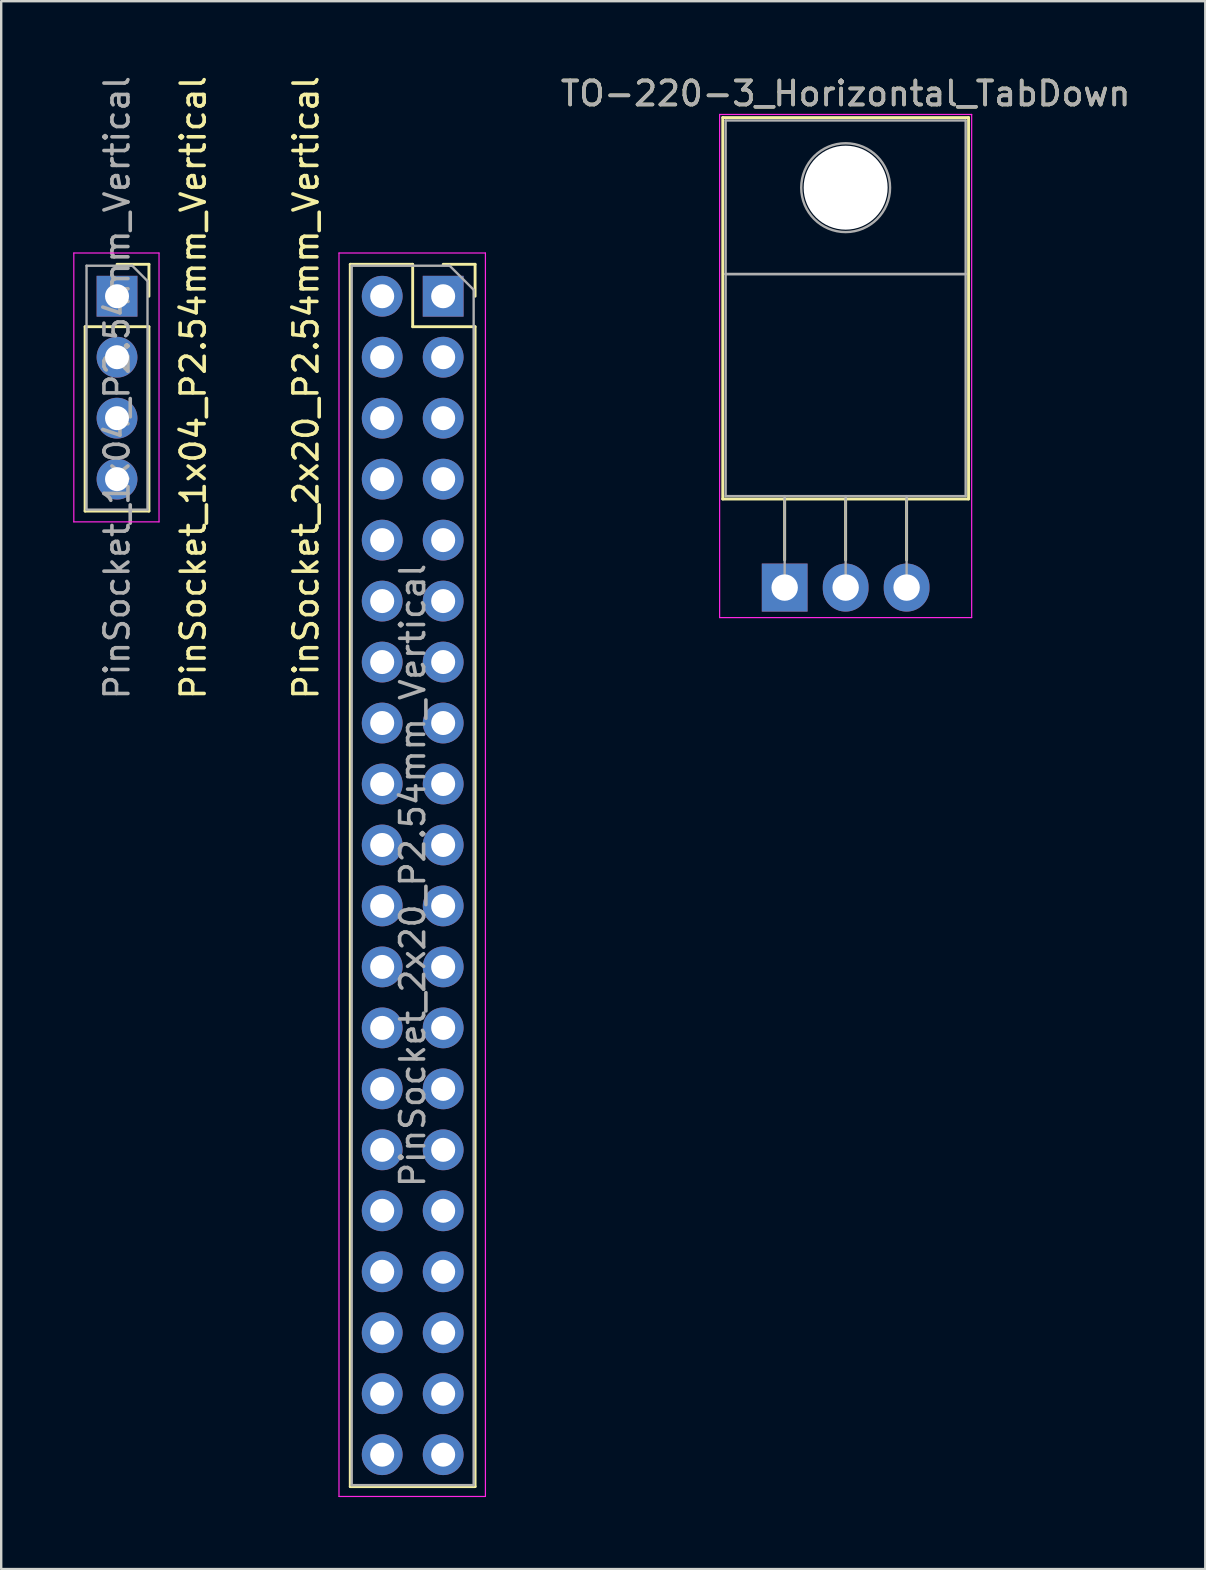
<source format=kicad_pcb>
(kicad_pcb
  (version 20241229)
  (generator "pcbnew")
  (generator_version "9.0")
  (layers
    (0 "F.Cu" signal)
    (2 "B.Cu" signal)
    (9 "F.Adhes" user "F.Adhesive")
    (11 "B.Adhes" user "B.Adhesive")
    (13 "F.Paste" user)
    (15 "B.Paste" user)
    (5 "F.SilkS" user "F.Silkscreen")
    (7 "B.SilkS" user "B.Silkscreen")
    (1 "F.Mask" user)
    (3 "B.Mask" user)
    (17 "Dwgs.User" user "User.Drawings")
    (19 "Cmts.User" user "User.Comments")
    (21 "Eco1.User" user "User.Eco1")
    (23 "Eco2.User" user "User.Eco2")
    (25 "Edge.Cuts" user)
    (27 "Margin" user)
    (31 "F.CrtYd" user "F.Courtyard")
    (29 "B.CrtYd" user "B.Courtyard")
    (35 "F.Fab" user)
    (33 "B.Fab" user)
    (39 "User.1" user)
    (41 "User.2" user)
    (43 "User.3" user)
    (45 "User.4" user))
  (footprint "TO-220-3_Horizontal_TabDown"
    (layer "F.Cu")
    (at 29.639 21.428)
    (property "Reference" "TO-220-3_Horizontal_TabDown" (at 2.54 -20.58 0) (layer "F.SilkS") (effects (font (size 1 1) (thickness 0.15))))
    (attr through_hole)
    (fp_line (start -2.58 -19.58) (end -2.58 -3.69) (stroke (width 0.12) (type solid)) (layer "F.SilkS"))
    (fp_line (start -2.58 -19.58) (end 7.66 -19.58) (stroke (width 0.12) (type solid)) (layer "F.SilkS"))
    (fp_line (start -2.58 -3.69) (end 7.66 -3.69) (stroke (width 0.12) (type solid)) (layer "F.SilkS"))
    (fp_line (start 0 -3.69) (end 0 -1.15) (stroke (width 0.12) (type solid)) (layer "F.SilkS"))
    (fp_line (start 2.54 -3.69) (end 2.54 -1.15) (stroke (width 0.12) (type solid)) (layer "F.SilkS"))
    (fp_line (start 5.08 -3.69) (end 5.08 -1.15) (stroke (width 0.12) (type solid)) (layer "F.SilkS"))
    (fp_line (start 7.66 -19.58) (end 7.66 -3.69) (stroke (width 0.12) (type solid)) (layer "F.SilkS"))
    (fp_line (start -2.71 -19.71) (end -2.71 1.25) (stroke (width 0.05) (type solid)) (layer "F.CrtYd"))
    (fp_line (start -2.71 1.25) (end 7.79 1.25) (stroke (width 0.05) (type solid)) (layer "F.CrtYd"))
    (fp_line (start 7.79 -19.71) (end -2.71 -19.71) (stroke (width 0.05) (type solid)) (layer "F.CrtYd"))
    (fp_line (start 7.79 1.25) (end 7.79 -19.71) (stroke (width 0.05) (type solid)) (layer "F.CrtYd"))
    (fp_line (start -2.46 -19.46) (end 7.54 -19.46) (stroke (width 0.1) (type solid)) (layer "F.Fab"))
    (fp_line (start -2.46 -13.06) (end -2.46 -19.46) (stroke (width 0.1) (type solid)) (layer "F.Fab"))
    (fp_line (start -2.46 -13.06) (end 7.54 -13.06) (stroke (width 0.1) (type solid)) (layer "F.Fab"))
    (fp_line (start -2.46 -3.81) (end -2.46 -13.06) (stroke (width 0.1) (type solid)) (layer "F.Fab"))
    (fp_line (start 0 -3.81) (end 0 0) (stroke (width 0.1) (type solid)) (layer "F.Fab"))
    (fp_line (start 2.54 -3.81) (end 2.54 0) (stroke (width 0.1) (type solid)) (layer "F.Fab"))
    (fp_line (start 5.08 -3.81) (end 5.08 0) (stroke (width 0.1) (type solid)) (layer "F.Fab"))
    (fp_line (start 7.54 -19.46) (end 7.54 -13.06) (stroke (width 0.1) (type solid)) (layer "F.Fab"))
    (fp_line (start 7.54 -13.06) (end -2.46 -13.06) (stroke (width 0.1) (type solid)) (layer "F.Fab"))
    (fp_line (start 7.54 -13.06) (end 7.54 -3.81) (stroke (width 0.1) (type solid)) (layer "F.Fab"))
    (fp_line (start 7.54 -3.81) (end -2.46 -3.81) (stroke (width 0.1) (type solid)) (layer "F.Fab"))
    (fp_circle (center 2.54 -16.66) (end 4.39 -16.66) (stroke (width 0.1) (type solid)) (fill no) (layer "F.Fab"))
    (fp_text user "${REFERENCE}" (at 2.54 -20.58 0) (layer "F.Fab") (effects (font (size 1 1) (thickness 0.15))))
    (pad "" np_thru_hole oval (at 2.54 -16.66) (size 3.5 3.5) (drill 3.5) (layers "*.Cu" "*.Mask"))
    (pad "1" thru_hole rect (at 0 0) (size 1.905 2) (drill 1.1) (layers "*.Cu" "*.Mask"))
    (pad "2" thru_hole oval (at 2.54 0) (size 1.905 2) (drill 1.1) (layers "*.Cu" "*.Mask"))
    (pad "3" thru_hole oval (at 5.08 0) (size 1.905 2) (drill 1.1) (layers "*.Cu" "*.Mask")))
  (footprint "PinSocket_1x04_P2.54mm_Vertical"
    (layer "F.Cu")
    (at 1.825 9.291)
    (property "Reference" "PinSocket_1x04_P2.54mm_Vertical" (at 3.175 3.81 270) (layer "F.SilkS") (effects (font (size 1 1) (thickness 0.15))))
    (attr through_hole)
    (fp_line (start -1.33 1.27) (end -1.33 8.95) (stroke (width 0.12) (type solid)) (layer "F.SilkS"))
    (fp_line (start -1.33 1.27) (end 1.33 1.27) (stroke (width 0.12) (type solid)) (layer "F.SilkS"))
    (fp_line (start -1.33 8.95) (end 1.33 8.95) (stroke (width 0.12) (type solid)) (layer "F.SilkS"))
    (fp_line (start 0 -1.33) (end 1.33 -1.33) (stroke (width 0.12) (type solid)) (layer "F.SilkS"))
    (fp_line (start 1.33 -1.33) (end 1.33 0) (stroke (width 0.12) (type solid)) (layer "F.SilkS"))
    (fp_line (start 1.33 1.27) (end 1.33 8.95) (stroke (width 0.12) (type solid)) (layer "F.SilkS"))
    (fp_line (start -1.8 -1.8) (end 1.75 -1.8) (stroke (width 0.05) (type solid)) (layer "F.CrtYd"))
    (fp_line (start -1.8 9.4) (end -1.8 -1.8) (stroke (width 0.05) (type solid)) (layer "F.CrtYd"))
    (fp_line (start 1.75 -1.8) (end 1.75 9.4) (stroke (width 0.05) (type solid)) (layer "F.CrtYd"))
    (fp_line (start 1.75 9.4) (end -1.8 9.4) (stroke (width 0.05) (type solid)) (layer "F.CrtYd"))
    (fp_line (start -1.27 -1.27) (end 0.635 -1.27) (stroke (width 0.1) (type solid)) (layer "F.Fab"))
    (fp_line (start -1.27 8.89) (end -1.27 -1.27) (stroke (width 0.1) (type solid)) (layer "F.Fab"))
    (fp_line (start 0.635 -1.27) (end 1.27 -0.635) (stroke (width 0.1) (type solid)) (layer "F.Fab"))
    (fp_line (start 1.27 -0.635) (end 1.27 8.89) (stroke (width 0.1) (type solid)) (layer "F.Fab"))
    (fp_line (start 1.27 8.89) (end -1.27 8.89) (stroke (width 0.1) (type solid)) (layer "F.Fab"))
    (fp_text user "${REFERENCE}" (at 0 3.81 270) (layer "F.Fab") (effects (font (size 1 1) (thickness 0.15))))
    (pad "1" thru_hole rect (at 0 0) (size 1.7 1.7) (drill 1) (layers "*.Cu" "*.Mask"))
    (pad "2" thru_hole oval (at 0 2.54) (size 1.7 1.7) (drill 1) (layers "*.Cu" "*.Mask"))
    (pad "3" thru_hole oval (at 0 5.08) (size 1.7 1.7) (drill 1) (layers "*.Cu" "*.Mask"))
    (pad "4" thru_hole oval (at 0 7.62) (size 1.7 1.7) (drill 1) (layers "*.Cu" "*.Mask")))
  (footprint "PinSocket_2x20_P2.54mm_Vertical"
    (layer "F.Cu")
    (at 15.412 9.291)
    (property "Reference" "PinSocket_2x20_P2.54mm_Vertical" (at -5.715 3.81 270) (layer "F.SilkS") (effects (font (size 1 1) (thickness 0.15))))
    (attr through_hole)
    (fp_line (start -3.87 -1.33) (end -3.87 49.59) (stroke (width 0.12) (type solid)) (layer "F.SilkS"))
    (fp_line (start -3.87 -1.33) (end -1.27 -1.33) (stroke (width 0.12) (type solid)) (layer "F.SilkS"))
    (fp_line (start -3.87 49.59) (end 1.33 49.59) (stroke (width 0.12) (type solid)) (layer "F.SilkS"))
    (fp_line (start -1.27 -1.33) (end -1.27 1.27) (stroke (width 0.12) (type solid)) (layer "F.SilkS"))
    (fp_line (start -1.27 1.27) (end 1.33 1.27) (stroke (width 0.12) (type solid)) (layer "F.SilkS"))
    (fp_line (start 0 -1.33) (end 1.33 -1.33) (stroke (width 0.12) (type solid)) (layer "F.SilkS"))
    (fp_line (start 1.33 -1.33) (end 1.33 0) (stroke (width 0.12) (type solid)) (layer "F.SilkS"))
    (fp_line (start 1.33 1.27) (end 1.33 49.59) (stroke (width 0.12) (type solid)) (layer "F.SilkS"))
    (fp_line (start -4.34 -1.8) (end 1.76 -1.8) (stroke (width 0.05) (type solid)) (layer "F.CrtYd"))
    (fp_line (start -4.34 50) (end -4.34 -1.8) (stroke (width 0.05) (type solid)) (layer "F.CrtYd"))
    (fp_line (start 1.76 -1.8) (end 1.76 50) (stroke (width 0.05) (type solid)) (layer "F.CrtYd"))
    (fp_line (start 1.76 50) (end -4.34 50) (stroke (width 0.05) (type solid)) (layer "F.CrtYd"))
    (fp_line (start -3.81 -1.27) (end 0.27 -1.27) (stroke (width 0.1) (type solid)) (layer "F.Fab"))
    (fp_line (start -3.81 49.53) (end -3.81 -1.27) (stroke (width 0.1) (type solid)) (layer "F.Fab"))
    (fp_line (start 0.27 -1.27) (end 1.27 -0.27) (stroke (width 0.1) (type solid)) (layer "F.Fab"))
    (fp_line (start 1.27 -0.27) (end 1.27 49.53) (stroke (width 0.1) (type solid)) (layer "F.Fab"))
    (fp_line (start 1.27 49.53) (end -3.81 49.53) (stroke (width 0.1) (type solid)) (layer "F.Fab"))
    (fp_text user "${REFERENCE}" (at -1.27 24.13 90) (layer "F.Fab") (effects (font (size 1 1) (thickness 0.15))))
    (pad "1" thru_hole rect (at 0 0) (size 1.7 1.7) (drill 1) (layers "*.Cu" "*.Mask"))
    (pad "2" thru_hole oval (at -2.54 0) (size 1.7 1.7) (drill 1) (layers "*.Cu" "*.Mask"))
    (pad "3" thru_hole oval (at 0 2.54) (size 1.7 1.7) (drill 1) (layers "*.Cu" "*.Mask"))
    (pad "4" thru_hole oval (at -2.54 2.54) (size 1.7 1.7) (drill 1) (layers "*.Cu" "*.Mask"))
    (pad "5" thru_hole oval (at 0 5.08) (size 1.7 1.7) (drill 1) (layers "*.Cu" "*.Mask"))
    (pad "6" thru_hole oval (at -2.54 5.08) (size 1.7 1.7) (drill 1) (layers "*.Cu" "*.Mask"))
    (pad "7" thru_hole oval (at 0 7.62) (size 1.7 1.7) (drill 1) (layers "*.Cu" "*.Mask"))
    (pad "8" thru_hole oval (at -2.54 7.62) (size 1.7 1.7) (drill 1) (layers "*.Cu" "*.Mask"))
    (pad "9" thru_hole oval (at 0 10.16) (size 1.7 1.7) (drill 1) (layers "*.Cu" "*.Mask"))
    (pad "10" thru_hole oval (at -2.54 10.16) (size 1.7 1.7) (drill 1) (layers "*.Cu" "*.Mask"))
    (pad "11" thru_hole oval (at 0 12.7) (size 1.7 1.7) (drill 1) (layers "*.Cu" "*.Mask"))
    (pad "12" thru_hole oval (at -2.54 12.7) (size 1.7 1.7) (drill 1) (layers "*.Cu" "*.Mask"))
    (pad "13" thru_hole oval (at 0 15.24) (size 1.7 1.7) (drill 1) (layers "*.Cu" "*.Mask"))
    (pad "14" thru_hole oval (at -2.54 15.24) (size 1.7 1.7) (drill 1) (layers "*.Cu" "*.Mask"))
    (pad "15" thru_hole oval (at 0 17.78) (size 1.7 1.7) (drill 1) (layers "*.Cu" "*.Mask"))
    (pad "16" thru_hole oval (at -2.54 17.78) (size 1.7 1.7) (drill 1) (layers "*.Cu" "*.Mask"))
    (pad "17" thru_hole oval (at 0 20.32) (size 1.7 1.7) (drill 1) (layers "*.Cu" "*.Mask"))
    (pad "18" thru_hole oval (at -2.54 20.32) (size 1.7 1.7) (drill 1) (layers "*.Cu" "*.Mask"))
    (pad "19" thru_hole oval (at 0 22.86) (size 1.7 1.7) (drill 1) (layers "*.Cu" "*.Mask"))
    (pad "20" thru_hole oval (at -2.54 22.86) (size 1.7 1.7) (drill 1) (layers "*.Cu" "*.Mask"))
    (pad "21" thru_hole oval (at 0 25.4) (size 1.7 1.7) (drill 1) (layers "*.Cu" "*.Mask"))
    (pad "22" thru_hole oval (at -2.54 25.4) (size 1.7 1.7) (drill 1) (layers "*.Cu" "*.Mask"))
    (pad "23" thru_hole oval (at 0 27.94) (size 1.7 1.7) (drill 1) (layers "*.Cu" "*.Mask"))
    (pad "24" thru_hole oval (at -2.54 27.94) (size 1.7 1.7) (drill 1) (layers "*.Cu" "*.Mask"))
    (pad "25" thru_hole oval (at 0 30.48) (size 1.7 1.7) (drill 1) (layers "*.Cu" "*.Mask"))
    (pad "26" thru_hole oval (at -2.54 30.48) (size 1.7 1.7) (drill 1) (layers "*.Cu" "*.Mask"))
    (pad "27" thru_hole oval (at 0 33.02) (size 1.7 1.7) (drill 1) (layers "*.Cu" "*.Mask"))
    (pad "28" thru_hole oval (at -2.54 33.02) (size 1.7 1.7) (drill 1) (layers "*.Cu" "*.Mask"))
    (pad "29" thru_hole oval (at 0 35.56) (size 1.7 1.7) (drill 1) (layers "*.Cu" "*.Mask"))
    (pad "30" thru_hole oval (at -2.54 35.56) (size 1.7 1.7) (drill 1) (layers "*.Cu" "*.Mask"))
    (pad "31" thru_hole oval (at 0 38.1) (size 1.7 1.7) (drill 1) (layers "*.Cu" "*.Mask"))
    (pad "32" thru_hole oval (at -2.54 38.1) (size 1.7 1.7) (drill 1) (layers "*.Cu" "*.Mask"))
    (pad "33" thru_hole oval (at 0 40.64) (size 1.7 1.7) (drill 1) (layers "*.Cu" "*.Mask"))
    (pad "34" thru_hole oval (at -2.54 40.64) (size 1.7 1.7) (drill 1) (layers "*.Cu" "*.Mask"))
    (pad "35" thru_hole oval (at 0 43.18) (size 1.7 1.7) (drill 1) (layers "*.Cu" "*.Mask"))
    (pad "36" thru_hole oval (at -2.54 43.18) (size 1.7 1.7) (drill 1) (layers "*.Cu" "*.Mask"))
    (pad "37" thru_hole oval (at 0 45.72) (size 1.7 1.7) (drill 1) (layers "*.Cu" "*.Mask"))
    (pad "38" thru_hole oval (at -2.54 45.72) (size 1.7 1.7) (drill 1) (layers "*.Cu" "*.Mask"))
    (pad "39" thru_hole oval (at 0 48.26) (size 1.7 1.7) (drill 1) (layers "*.Cu" "*.Mask"))
    (pad "40" thru_hole oval (at -2.54 48.26) (size 1.7 1.7) (drill 1) (layers "*.Cu" "*.Mask")))
  (gr_rect
    (start -3 -3)
    (end 47.161 62.316)
    (stroke (width 0.1) (type default))
    (fill no)
    (layer "Edge.Cuts")))
</source>
